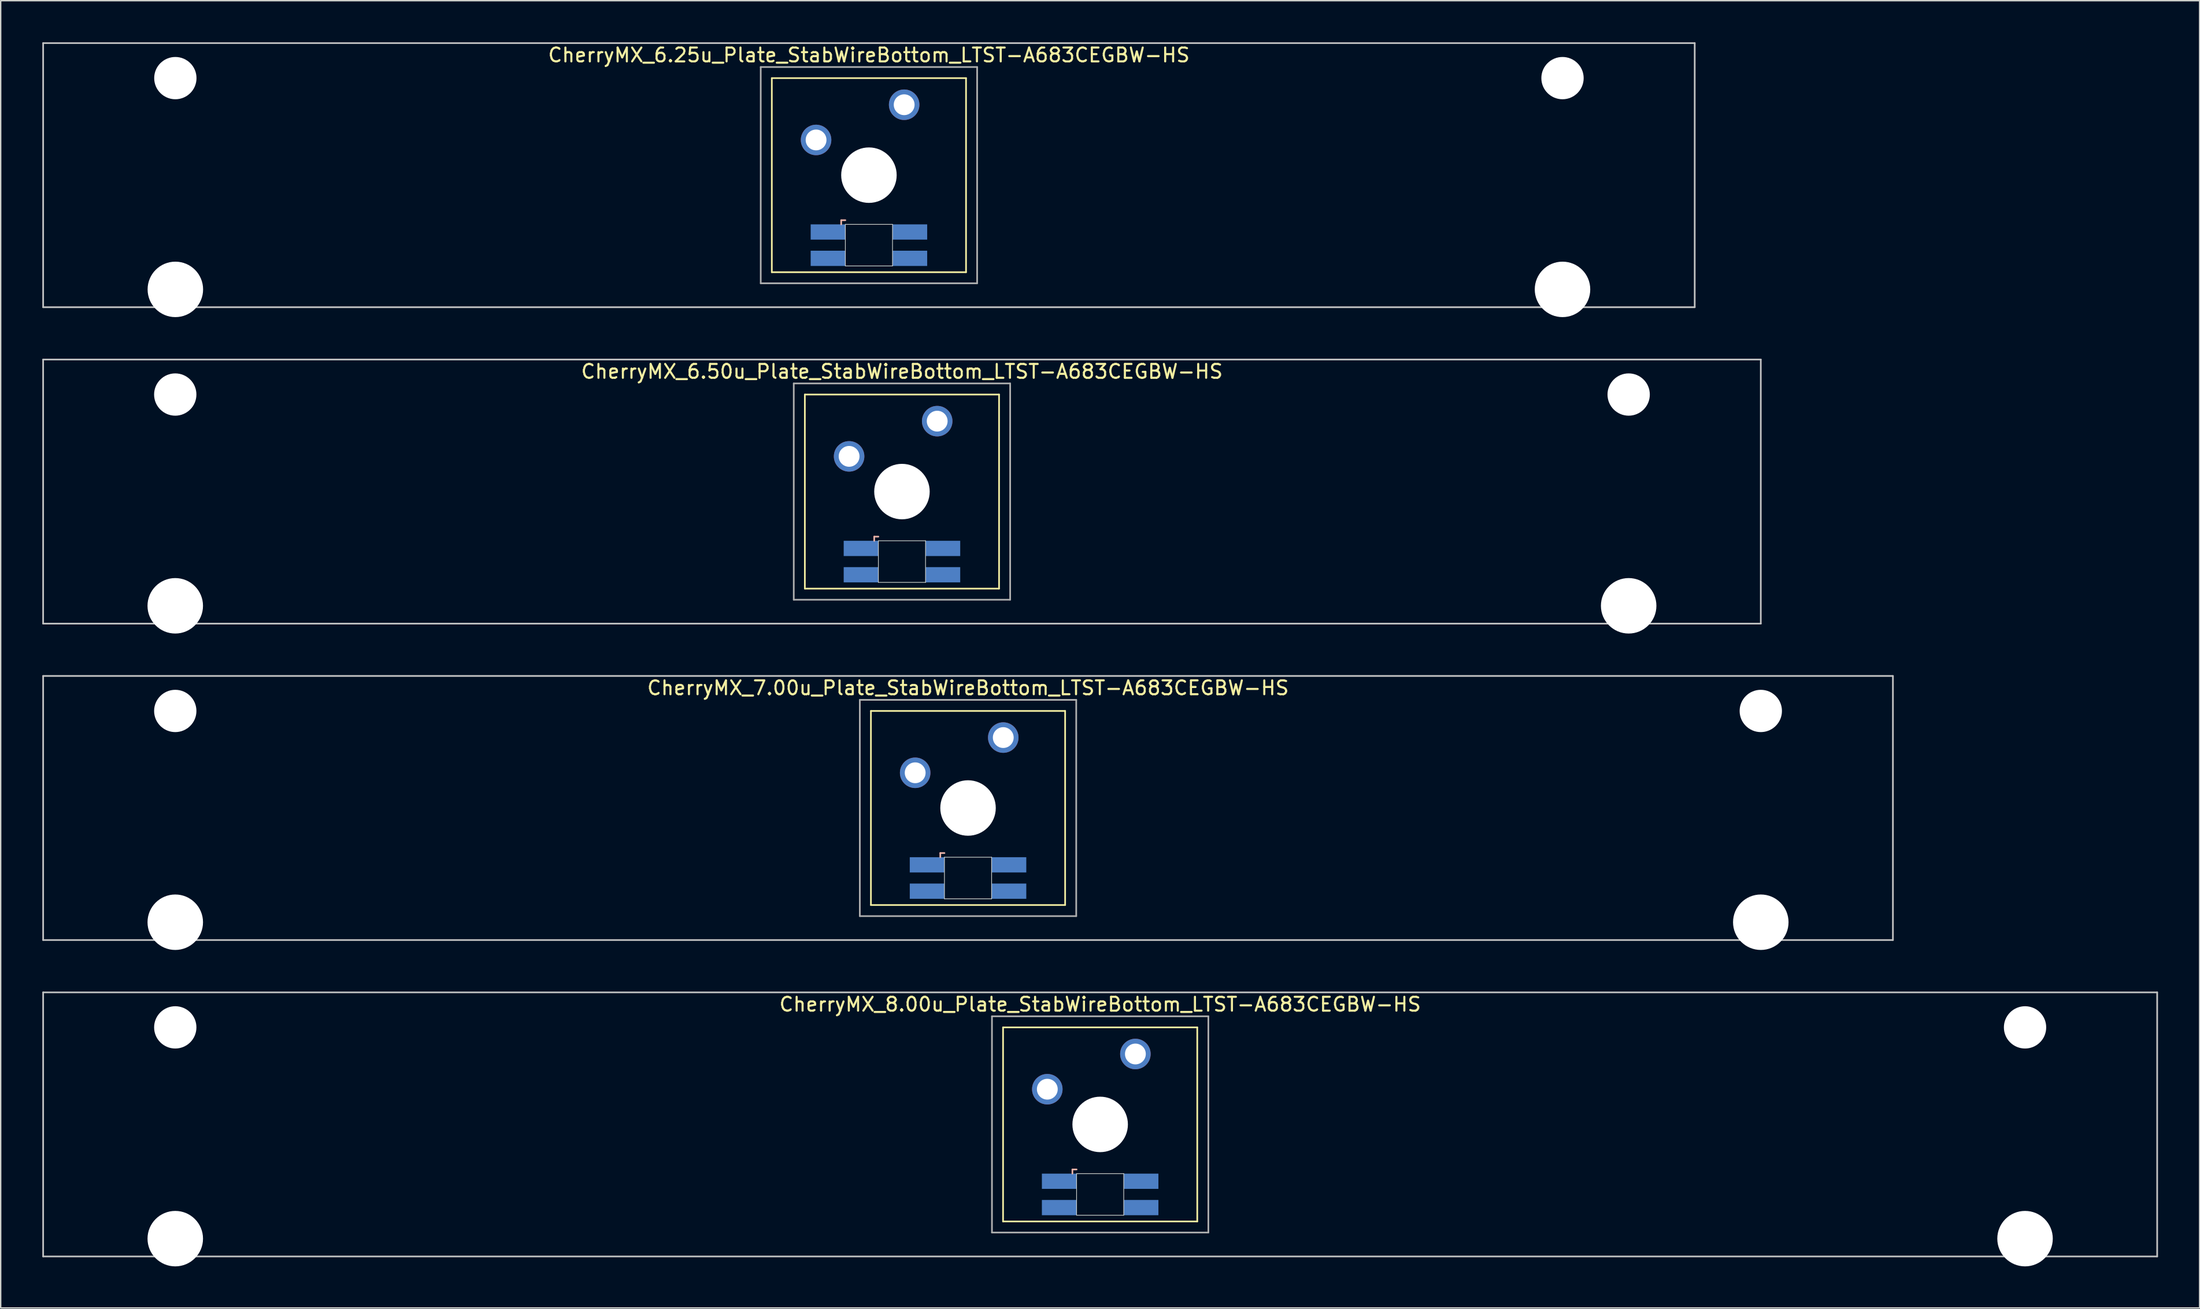
<source format=kicad_pcb>
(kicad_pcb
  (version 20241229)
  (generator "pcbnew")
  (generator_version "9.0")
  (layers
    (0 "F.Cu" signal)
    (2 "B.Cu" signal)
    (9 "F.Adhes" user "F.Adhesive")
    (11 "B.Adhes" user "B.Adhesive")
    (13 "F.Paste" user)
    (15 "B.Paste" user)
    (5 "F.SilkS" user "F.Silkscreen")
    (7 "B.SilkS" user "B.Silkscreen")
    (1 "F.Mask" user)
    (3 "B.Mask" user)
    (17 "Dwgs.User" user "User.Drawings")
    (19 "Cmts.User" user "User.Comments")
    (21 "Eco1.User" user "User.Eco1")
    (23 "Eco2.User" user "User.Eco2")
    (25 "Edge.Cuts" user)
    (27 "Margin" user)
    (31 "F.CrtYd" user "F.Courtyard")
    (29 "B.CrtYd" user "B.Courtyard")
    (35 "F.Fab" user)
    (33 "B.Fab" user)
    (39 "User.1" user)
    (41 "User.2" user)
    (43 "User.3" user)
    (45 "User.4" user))
  (footprint "CherryMX_6.25u_Plate_StabWireBottom_LTST-A683CEGBW-HS"
    (layer "F.Cu")
    (at 59.591 9.585)
    (property "Reference" "CherryMX_6.25u_Plate_StabWireBottom_LTST-A683CEGBW-HS" (at 0 -8.662 0) (layer "F.SilkS") (effects (font (size 1 1) (thickness 0.15))))
    (attr through_hole)
    (fp_line (start -7 -7) (end -7 7) (stroke (width 0.12) (type solid)) (layer "F.SilkS"))
    (fp_line (start -7 -7) (end 7 -7) (stroke (width 0.12) (type solid)) (layer "F.SilkS"))
    (fp_line (start 7 -7) (end 7 7) (stroke (width 0.12) (type solid)) (layer "F.SilkS"))
    (fp_line (start 7 7) (end -7 7) (stroke (width 0.12) (type solid)) (layer "F.SilkS"))
    (fp_line (start -2 3.25) (end -2 3.55) (stroke (width 0.12) (type solid)) (layer "B.SilkS"))
    (fp_line (start -1.7 3.25) (end -2 3.25) (stroke (width 0.12) (type solid)) (layer "B.SilkS"))
    (fp_line (start -59.531 -9.525) (end 59.531 -9.525) (stroke (width 0.12) (type solid)) (layer "Dwgs.User"))
    (fp_line (start -59.531 9.525) (end -59.531 -9.525) (stroke (width 0.12) (type solid)) (layer "Dwgs.User"))
    (fp_line (start 59.531 -9.525) (end 59.531 9.525) (stroke (width 0.12) (type solid)) (layer "Dwgs.User"))
    (fp_line (start 59.531 9.525) (end -59.531 9.525) (stroke (width 0.12) (type solid)) (layer "Dwgs.User"))
    (fp_line (start -1.7 3.55) (end 1.7 3.55) (stroke (width 0.05) (type solid)) (layer "Edge.Cuts"))
    (fp_line (start -1.7 6.55) (end -1.7 3.55) (stroke (width 0.05) (type solid)) (layer "Edge.Cuts"))
    (fp_line (start 1.7 3.55) (end 1.7 6.55) (stroke (width 0.05) (type solid)) (layer "Edge.Cuts"))
    (fp_line (start 1.7 6.55) (end -1.7 6.55) (stroke (width 0.05) (type solid)) (layer "Edge.Cuts"))
    (fp_line (start -7.8 -7.8) (end -7.8 7.8) (stroke (width 0.12) (type solid)) (layer "F.Fab"))
    (fp_line (start -7.8 -7.8) (end 7.8 -7.8) (stroke (width 0.12) (type solid)) (layer "F.Fab"))
    (fp_line (start -7.8 7.8) (end 7.8 7.8) (stroke (width 0.12) (type solid)) (layer "F.Fab"))
    (fp_line (start 7.8 -7.8) (end 7.8 7.8) (stroke (width 0.12) (type solid)) (layer "F.Fab"))
    (pad "" np_thru_hole circle (at -50 -7) (size 3.05 3.05) (drill 3.05) (layers "*.Cu" "*.Mask"))
    (pad "" np_thru_hole circle (at -50 8.24) (size 4 4) (drill 4) (layers "*.Cu" "*.Mask"))
    (pad "" np_thru_hole circle (at 0 0) (size 4 4) (drill 4) (layers "*.Cu" "*.Mask"))
    (pad "" np_thru_hole circle (at 50 -7) (size 3.05 3.05) (drill 3.05) (layers "*.Cu" "*.Mask"))
    (pad "" np_thru_hole circle (at 50 8.24) (size 4 4) (drill 4) (layers "*.Cu" "*.Mask"))
    (pad "1" thru_hole circle (at -3.81 -2.54) (size 2.2 2.2) (drill 1.5) (layers "*.Cu" "*.Mask"))
    (pad "2" thru_hole circle (at 2.54 -5.08) (size 2.2 2.2) (drill 1.5) (layers "*.Cu" "*.Mask"))
    (pad "3" smd rect (at -2.95 4.1) (size 2.5 1.1) (layers "B.Cu" "B.Mask" "B.Paste"))
    (pad "4" smd rect (at -2.95 6) (size 2.5 1.1) (layers "B.Cu" "B.Mask" "B.Paste"))
    (pad "5" smd rect (at 2.95 4.1) (size 2.5 1.1) (layers "B.Cu" "B.Mask" "B.Paste"))
    (pad "6" smd rect (at 2.95 6) (size 2.5 1.1) (layers "B.Cu" "B.Mask" "B.Paste")))
  (footprint "CherryMX_6.50u_Plate_StabWireBottom_LTST-A683CEGBW-HS"
    (layer "F.Cu")
    (at 61.972 32.41)
    (property "Reference" "CherryMX_6.50u_Plate_StabWireBottom_LTST-A683CEGBW-HS" (at 0 -8.662 0) (layer "F.SilkS") (effects (font (size 1 1) (thickness 0.15))))
    (attr through_hole)
    (fp_line (start -7 -7) (end -7 7) (stroke (width 0.12) (type solid)) (layer "F.SilkS"))
    (fp_line (start -7 -7) (end 7 -7) (stroke (width 0.12) (type solid)) (layer "F.SilkS"))
    (fp_line (start 7 -7) (end 7 7) (stroke (width 0.12) (type solid)) (layer "F.SilkS"))
    (fp_line (start 7 7) (end -7 7) (stroke (width 0.12) (type solid)) (layer "F.SilkS"))
    (fp_line (start -2 3.25) (end -2 3.55) (stroke (width 0.12) (type solid)) (layer "B.SilkS"))
    (fp_line (start -1.7 3.25) (end -2 3.25) (stroke (width 0.12) (type solid)) (layer "B.SilkS"))
    (fp_line (start -61.913 -9.525) (end 61.913 -9.525) (stroke (width 0.12) (type solid)) (layer "Dwgs.User"))
    (fp_line (start -61.913 9.525) (end -61.913 -9.525) (stroke (width 0.12) (type solid)) (layer "Dwgs.User"))
    (fp_line (start 61.913 -9.525) (end 61.913 9.525) (stroke (width 0.12) (type solid)) (layer "Dwgs.User"))
    (fp_line (start 61.913 9.525) (end -61.913 9.525) (stroke (width 0.12) (type solid)) (layer "Dwgs.User"))
    (fp_line (start -1.7 3.55) (end 1.7 3.55) (stroke (width 0.05) (type solid)) (layer "Edge.Cuts"))
    (fp_line (start -1.7 6.55) (end -1.7 3.55) (stroke (width 0.05) (type solid)) (layer "Edge.Cuts"))
    (fp_line (start 1.7 3.55) (end 1.7 6.55) (stroke (width 0.05) (type solid)) (layer "Edge.Cuts"))
    (fp_line (start 1.7 6.55) (end -1.7 6.55) (stroke (width 0.05) (type solid)) (layer "Edge.Cuts"))
    (fp_line (start -7.8 -7.8) (end -7.8 7.8) (stroke (width 0.12) (type solid)) (layer "F.Fab"))
    (fp_line (start -7.8 -7.8) (end 7.8 -7.8) (stroke (width 0.12) (type solid)) (layer "F.Fab"))
    (fp_line (start -7.8 7.8) (end 7.8 7.8) (stroke (width 0.12) (type solid)) (layer "F.Fab"))
    (fp_line (start 7.8 -7.8) (end 7.8 7.8) (stroke (width 0.12) (type solid)) (layer "F.Fab"))
    (pad "" np_thru_hole circle (at -52.388 -7) (size 3.05 3.05) (drill 3.05) (layers "*.Cu" "*.Mask"))
    (pad "" np_thru_hole circle (at -52.388 8.24) (size 4 4) (drill 4) (layers "*.Cu" "*.Mask"))
    (pad "" np_thru_hole circle (at 0 0) (size 4 4) (drill 4) (layers "*.Cu" "*.Mask"))
    (pad "" np_thru_hole circle (at 52.388 -7) (size 3.05 3.05) (drill 3.05) (layers "*.Cu" "*.Mask"))
    (pad "" np_thru_hole circle (at 52.388 8.24) (size 4 4) (drill 4) (layers "*.Cu" "*.Mask"))
    (pad "1" thru_hole circle (at -3.81 -2.54) (size 2.2 2.2) (drill 1.5) (layers "*.Cu" "*.Mask"))
    (pad "2" thru_hole circle (at 2.54 -5.08) (size 2.2 2.2) (drill 1.5) (layers "*.Cu" "*.Mask"))
    (pad "3" smd rect (at -2.95 4.1) (size 2.5 1.1) (layers "B.Cu" "B.Mask" "B.Paste"))
    (pad "4" smd rect (at -2.95 6) (size 2.5 1.1) (layers "B.Cu" "B.Mask" "B.Paste"))
    (pad "5" smd rect (at 2.95 4.1) (size 2.5 1.1) (layers "B.Cu" "B.Mask" "B.Paste"))
    (pad "6" smd rect (at 2.95 6) (size 2.5 1.1) (layers "B.Cu" "B.Mask" "B.Paste")))
  (footprint "CherryMX_8.00u_Plate_StabWireBottom_LTST-A683CEGBW-HS"
    (layer "F.Cu")
    (at 76.26 78.06)
    (property "Reference" "CherryMX_8.00u_Plate_StabWireBottom_LTST-A683CEGBW-HS" (at 0 -8.662 0) (layer "F.SilkS") (effects (font (size 1 1) (thickness 0.15))))
    (attr through_hole)
    (fp_line (start -7 -7) (end -7 7) (stroke (width 0.12) (type solid)) (layer "F.SilkS"))
    (fp_line (start -7 -7) (end 7 -7) (stroke (width 0.12) (type solid)) (layer "F.SilkS"))
    (fp_line (start 7 -7) (end 7 7) (stroke (width 0.12) (type solid)) (layer "F.SilkS"))
    (fp_line (start 7 7) (end -7 7) (stroke (width 0.12) (type solid)) (layer "F.SilkS"))
    (fp_line (start -2 3.25) (end -2 3.55) (stroke (width 0.12) (type solid)) (layer "B.SilkS"))
    (fp_line (start -1.7 3.25) (end -2 3.25) (stroke (width 0.12) (type solid)) (layer "B.SilkS"))
    (fp_line (start -76.2 -9.525) (end 76.2 -9.525) (stroke (width 0.12) (type solid)) (layer "Dwgs.User"))
    (fp_line (start -76.2 9.525) (end -76.2 -9.525) (stroke (width 0.12) (type solid)) (layer "Dwgs.User"))
    (fp_line (start 76.2 -9.525) (end 76.2 9.525) (stroke (width 0.12) (type solid)) (layer "Dwgs.User"))
    (fp_line (start 76.2 9.525) (end -76.2 9.525) (stroke (width 0.12) (type solid)) (layer "Dwgs.User"))
    (fp_line (start -1.7 3.55) (end 1.7 3.55) (stroke (width 0.05) (type solid)) (layer "Edge.Cuts"))
    (fp_line (start -1.7 6.55) (end -1.7 3.55) (stroke (width 0.05) (type solid)) (layer "Edge.Cuts"))
    (fp_line (start 1.7 3.55) (end 1.7 6.55) (stroke (width 0.05) (type solid)) (layer "Edge.Cuts"))
    (fp_line (start 1.7 6.55) (end -1.7 6.55) (stroke (width 0.05) (type solid)) (layer "Edge.Cuts"))
    (fp_line (start -7.8 -7.8) (end -7.8 7.8) (stroke (width 0.12) (type solid)) (layer "F.Fab"))
    (fp_line (start -7.8 -7.8) (end 7.8 -7.8) (stroke (width 0.12) (type solid)) (layer "F.Fab"))
    (fp_line (start -7.8 7.8) (end 7.8 7.8) (stroke (width 0.12) (type solid)) (layer "F.Fab"))
    (fp_line (start 7.8 -7.8) (end 7.8 7.8) (stroke (width 0.12) (type solid)) (layer "F.Fab"))
    (pad "" np_thru_hole circle (at -66.675 -7) (size 3.05 3.05) (drill 3.05) (layers "*.Cu" "*.Mask"))
    (pad "" np_thru_hole circle (at -66.675 8.24) (size 4 4) (drill 4) (layers "*.Cu" "*.Mask"))
    (pad "" np_thru_hole circle (at 0 0) (size 4 4) (drill 4) (layers "*.Cu" "*.Mask"))
    (pad "" np_thru_hole circle (at 66.675 -7) (size 3.05 3.05) (drill 3.05) (layers "*.Cu" "*.Mask"))
    (pad "" np_thru_hole circle (at 66.675 8.24) (size 4 4) (drill 4) (layers "*.Cu" "*.Mask"))
    (pad "1" thru_hole circle (at -3.81 -2.54) (size 2.2 2.2) (drill 1.5) (layers "*.Cu" "*.Mask"))
    (pad "2" thru_hole circle (at 2.54 -5.08) (size 2.2 2.2) (drill 1.5) (layers "*.Cu" "*.Mask"))
    (pad "3" smd rect (at -2.95 4.1) (size 2.5 1.1) (layers "B.Cu" "B.Mask" "B.Paste"))
    (pad "4" smd rect (at -2.95 6) (size 2.5 1.1) (layers "B.Cu" "B.Mask" "B.Paste"))
    (pad "5" smd rect (at 2.95 4.1) (size 2.5 1.1) (layers "B.Cu" "B.Mask" "B.Paste"))
    (pad "6" smd rect (at 2.95 6) (size 2.5 1.1) (layers "B.Cu" "B.Mask" "B.Paste")))
  (footprint "CherryMX_7.00u_Plate_StabWireBottom_LTST-A683CEGBW-HS"
    (layer "F.Cu")
    (at 66.735 55.235)
    (property "Reference" "CherryMX_7.00u_Plate_StabWireBottom_LTST-A683CEGBW-HS" (at 0 -8.662 0) (layer "F.SilkS") (effects (font (size 1 1) (thickness 0.15))))
    (attr through_hole)
    (fp_line (start -7 -7) (end -7 7) (stroke (width 0.12) (type solid)) (layer "F.SilkS"))
    (fp_line (start -7 -7) (end 7 -7) (stroke (width 0.12) (type solid)) (layer "F.SilkS"))
    (fp_line (start 7 -7) (end 7 7) (stroke (width 0.12) (type solid)) (layer "F.SilkS"))
    (fp_line (start 7 7) (end -7 7) (stroke (width 0.12) (type solid)) (layer "F.SilkS"))
    (fp_line (start -2 3.25) (end -2 3.55) (stroke (width 0.12) (type solid)) (layer "B.SilkS"))
    (fp_line (start -1.7 3.25) (end -2 3.25) (stroke (width 0.12) (type solid)) (layer "B.SilkS"))
    (fp_line (start -66.675 -9.525) (end 66.675 -9.525) (stroke (width 0.12) (type solid)) (layer "Dwgs.User"))
    (fp_line (start -66.675 9.525) (end -66.675 -9.525) (stroke (width 0.12) (type solid)) (layer "Dwgs.User"))
    (fp_line (start 66.675 -9.525) (end 66.675 9.525) (stroke (width 0.12) (type solid)) (layer "Dwgs.User"))
    (fp_line (start 66.675 9.525) (end -66.675 9.525) (stroke (width 0.12) (type solid)) (layer "Dwgs.User"))
    (fp_line (start -1.7 3.55) (end 1.7 3.55) (stroke (width 0.05) (type solid)) (layer "Edge.Cuts"))
    (fp_line (start -1.7 6.55) (end -1.7 3.55) (stroke (width 0.05) (type solid)) (layer "Edge.Cuts"))
    (fp_line (start 1.7 3.55) (end 1.7 6.55) (stroke (width 0.05) (type solid)) (layer "Edge.Cuts"))
    (fp_line (start 1.7 6.55) (end -1.7 6.55) (stroke (width 0.05) (type solid)) (layer "Edge.Cuts"))
    (fp_line (start -7.8 -7.8) (end -7.8 7.8) (stroke (width 0.12) (type solid)) (layer "F.Fab"))
    (fp_line (start -7.8 -7.8) (end 7.8 -7.8) (stroke (width 0.12) (type solid)) (layer "F.Fab"))
    (fp_line (start -7.8 7.8) (end 7.8 7.8) (stroke (width 0.12) (type solid)) (layer "F.Fab"))
    (fp_line (start 7.8 -7.8) (end 7.8 7.8) (stroke (width 0.12) (type solid)) (layer "F.Fab"))
    (pad "" np_thru_hole circle (at -57.15 -7) (size 3.05 3.05) (drill 3.05) (layers "*.Cu" "*.Mask"))
    (pad "" np_thru_hole circle (at -57.15 8.24) (size 4 4) (drill 4) (layers "*.Cu" "*.Mask"))
    (pad "" np_thru_hole circle (at 0 0) (size 4 4) (drill 4) (layers "*.Cu" "*.Mask"))
    (pad "" np_thru_hole circle (at 57.15 -7) (size 3.05 3.05) (drill 3.05) (layers "*.Cu" "*.Mask"))
    (pad "" np_thru_hole circle (at 57.15 8.24) (size 4 4) (drill 4) (layers "*.Cu" "*.Mask"))
    (pad "1" thru_hole circle (at -3.81 -2.54) (size 2.2 2.2) (drill 1.5) (layers "*.Cu" "*.Mask"))
    (pad "2" thru_hole circle (at 2.54 -5.08) (size 2.2 2.2) (drill 1.5) (layers "*.Cu" "*.Mask"))
    (pad "3" smd rect (at -2.95 4.1) (size 2.5 1.1) (layers "B.Cu" "B.Mask" "B.Paste"))
    (pad "4" smd rect (at -2.95 6) (size 2.5 1.1) (layers "B.Cu" "B.Mask" "B.Paste"))
    (pad "5" smd rect (at 2.95 4.1) (size 2.5 1.1) (layers "B.Cu" "B.Mask" "B.Paste"))
    (pad "6" smd rect (at 2.95 6) (size 2.5 1.1) (layers "B.Cu" "B.Mask" "B.Paste")))
  (gr_rect
    (start -3 -3)
    (end 155.52 91.3)
    (stroke (width 0.1) (type default))
    (fill no)
    (layer "Edge.Cuts")))
</source>
